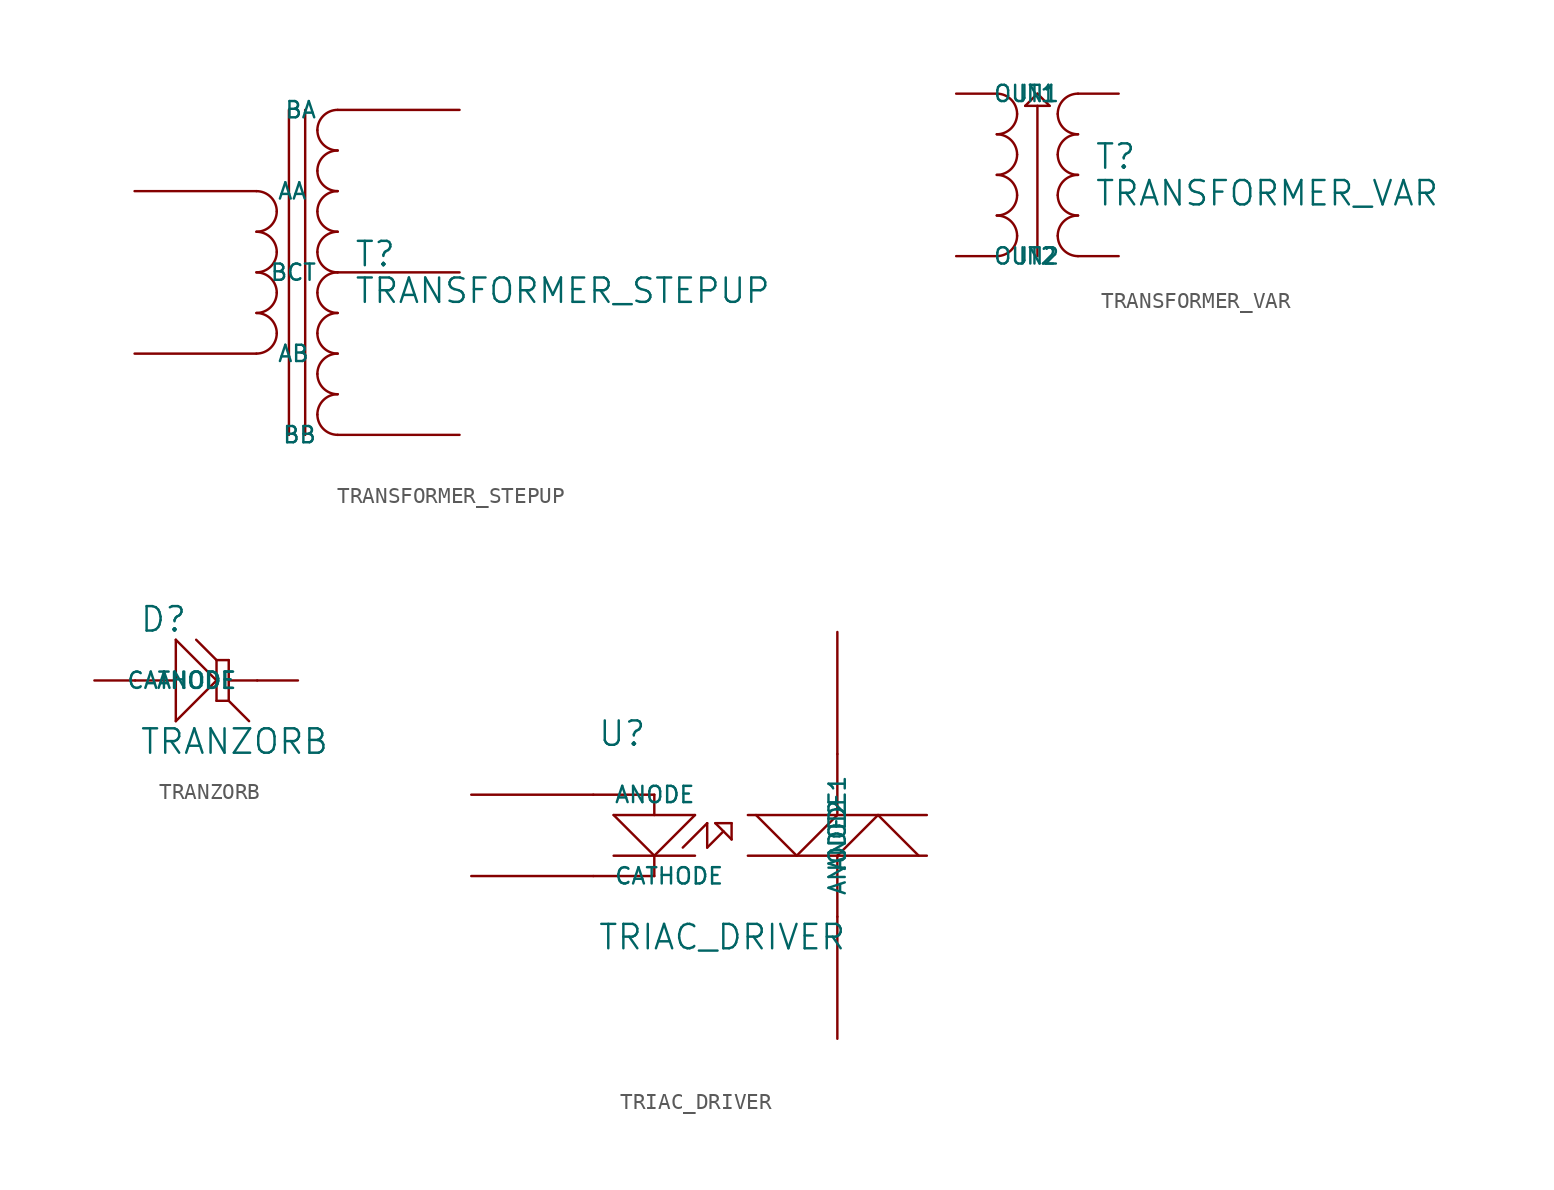
<source format=kicad_sym>
(kicad_symbol_lib
  (version 20231120)
  (generator "kicad_symbol_editor")
  (generator_version "8.0")
  (symbol "TRANSFORMER_STEPUP"
    (pin_names
      (offset 1.27))
    (property "Reference" "T"
      (at 6.096 -9.906 0)
      (effects (font (size 1.524 1.524)) (justify left bottom)))
    (property "Value" "TRANSFORMER_STEPUP"
      (at 6.096 -10.414 0)
      (effects (font (size 1.524 1.524)) (justify left top)))
    (symbol "TRANSFORMER_STEPUP_0_1"
      (arc (start 0 -15.24) (mid 0.898 -14.868) (end 1.27 -13.97) (stroke (width 0) (type solid)) (fill (type none)))
      (arc (start 0 -12.7) (mid 0.898 -12.328) (end 1.27 -11.43) (stroke (width 0) (type solid)) (fill (type none)))
      (arc (start 0 -10.16) (mid 0.898 -9.788) (end 1.27 -8.89) (stroke (width 0) (type solid)) (fill (type none)))
      (arc (start 0 -7.62) (mid 0.898 -7.248) (end 1.27 -6.35) (stroke (width 0) (type solid)) (fill (type none)))
      (polyline (pts (xy 2.032 -20.32) (xy 2.032 0)) (stroke (width 0) (type solid)) (fill (type none)))
      (polyline (pts (xy 3.048 0) (xy 3.048 -20.32)) (stroke (width 0) (type solid)) (fill (type none)))
      (arc (start 1.27 -13.97) (mid 0.898 -13.072) (end 0 -12.7) (stroke (width 0) (type solid)) (fill (type none)))
      (arc (start 1.27 -11.43) (mid 0.898 -10.532) (end 0 -10.16) (stroke (width 0) (type solid)) (fill (type none)))
      (arc (start 1.27 -8.89) (mid 0.898 -7.992) (end 0 -7.62) (stroke (width 0) (type solid)) (fill (type none)))
      (arc (start 1.27 -6.35) (mid 0.898 -5.452) (end 0 -5.08) (stroke (width 0) (type solid)) (fill (type none)))
      (arc (start 3.81 -19.05) (mid 4.182 -19.948) (end 5.08 -20.32) (stroke (width 0) (type solid)) (fill (type none)))
      (arc (start 3.81 -16.51) (mid 4.182 -17.408) (end 5.08 -17.78) (stroke (width 0) (type solid)) (fill (type none)))
      (arc (start 3.81 -13.97) (mid 4.182 -14.868) (end 5.08 -15.24) (stroke (width 0) (type solid)) (fill (type none)))
      (arc (start 3.81 -11.43) (mid 4.182 -12.328) (end 5.08 -12.7) (stroke (width 0) (type solid)) (fill (type none)))
      (arc (start 3.81 -8.89) (mid 4.182 -9.788) (end 5.08 -10.16) (stroke (width 0) (type solid)) (fill (type none)))
      (arc (start 3.81 -6.35) (mid 4.182 -7.248) (end 5.08 -7.62) (stroke (width 0) (type solid)) (fill (type none)))
      (arc (start 3.81 -3.81) (mid 4.182 -4.708) (end 5.08 -5.08) (stroke (width 0) (type solid)) (fill (type none)))
      (arc (start 3.81 -1.27) (mid 4.182 -2.168) (end 5.08 -2.54) (stroke (width 0) (type solid)) (fill (type none)))
      (arc (start 5.08 -17.78) (mid 4.182 -18.152) (end 3.81 -19.05) (stroke (width 0) (type solid)) (fill (type none)))
      (arc (start 5.08 -15.24) (mid 4.182 -15.612) (end 3.81 -16.51) (stroke (width 0) (type solid)) (fill (type none)))
      (arc (start 5.08 -12.7) (mid 4.182 -13.072) (end 3.81 -13.97) (stroke (width 0) (type solid)) (fill (type none)))
      (arc (start 5.08 -10.16) (mid 4.182 -10.532) (end 3.81 -11.43) (stroke (width 0) (type solid)) (fill (type none)))
      (arc (start 5.08 -7.62) (mid 4.182 -7.992) (end 3.81 -8.89) (stroke (width 0) (type solid)) (fill (type none)))
      (arc (start 5.08 -5.08) (mid 4.182 -5.452) (end 3.81 -6.35) (stroke (width 0) (type solid)) (fill (type none)))
      (arc (start 5.08 -2.54) (mid 4.182 -2.912) (end 3.81 -3.81) (stroke (width 0) (type solid)) (fill (type none)))
      (arc (start 5.08 0) (mid 4.182 -0.372) (end 3.81 -1.27) (stroke (width 0) (type solid)) (fill (type none))))
    (symbol "TRANSFORMER_STEPUP_1_1"
      (pin passive line (at -7.62 -5.08 0) (length 7.62) (name "AA" (effects (font (size 1.016 1.016)))) (number "~" (effects (font (size 1.27 1.27)))))
      (pin passive line (at -7.62 -15.24 0) (length 7.62) (name "AB" (effects (font (size 1.016 1.016)))) (number "~" (effects (font (size 1.27 1.27)))))
      (pin passive line (at 12.7 0 180) (length 7.62) (name "BA" (effects (font (size 1.016 1.016)))) (number "~" (effects (font (size 1.27 1.27)))))
      (pin passive line (at 12.7 -20.32 180) (length 7.62) (name "BB" (effects (font (size 1.016 1.016)))) (number "~" (effects (font (size 1.27 1.27)))))
      (pin passive line (at 12.7 -10.16 180) (length 7.62) (name "BCT" (effects (font (size 1.016 1.016)))) (number "~" (effects (font (size 1.27 1.27)))))))
  (symbol "TRANSFORMER_VAR"
    (pin_names
      (offset 1.27))
    (property "Reference" "T"
      (at 6.096 -4.826 0)
      (effects (font (size 1.524 1.524)) (justify left bottom)))
    (property "Value" "TRANSFORMER_VAR"
      (at 6.096 -5.334 0)
      (effects (font (size 1.524 1.524)) (justify left top)))
    (symbol "TRANSFORMER_VAR_0_1"
      (arc (start 0 -10.16) (mid 0.898 -9.788) (end 1.27 -8.89) (stroke (width 0) (type solid)) (fill (type none)))
      (arc (start 0 -7.62) (mid 0.898 -7.248) (end 1.27 -6.35) (stroke (width 0) (type solid)) (fill (type none)))
      (arc (start 0 -5.08) (mid 0.898 -4.708) (end 1.27 -3.81) (stroke (width 0) (type solid)) (fill (type none)))
      (arc (start 0 -2.54) (mid 0.898 -2.168) (end 1.27 -1.27) (stroke (width 0) (type solid)) (fill (type none)))
      (polyline (pts (xy 1.778 -0.762) (xy 3.302 -0.762)) (stroke (width 0) (type solid)) (fill (type none)))
      (polyline (pts (xy 2.54 -0.762) (xy 2.54 -10.16)) (stroke (width 0) (type solid)) (fill (type none)))
      (polyline (pts (xy 2.54 0) (xy 1.778 -0.762)) (stroke (width 0) (type solid)) (fill (type none)))
      (polyline (pts (xy 3.302 -0.762) (xy 2.54 0)) (stroke (width 0) (type solid)) (fill (type none)))
      (arc (start 1.27 -8.89) (mid 0.898 -7.992) (end 0 -7.62) (stroke (width 0) (type solid)) (fill (type none)))
      (arc (start 1.27 -6.35) (mid 0.898 -5.452) (end 0 -5.08) (stroke (width 0) (type solid)) (fill (type none)))
      (arc (start 1.27 -3.81) (mid 0.898 -2.912) (end 0 -2.54) (stroke (width 0) (type solid)) (fill (type none)))
      (arc (start 1.27 -1.27) (mid 0.898 -0.372) (end 0 0) (stroke (width 0) (type solid)) (fill (type none)))
      (arc (start 3.81 -8.89) (mid 4.182 -9.788) (end 5.08 -10.16) (stroke (width 0) (type solid)) (fill (type none)))
      (arc (start 3.81 -6.35) (mid 4.182 -7.248) (end 5.08 -7.62) (stroke (width 0) (type solid)) (fill (type none)))
      (arc (start 3.81 -3.81) (mid 4.182 -4.708) (end 5.08 -5.08) (stroke (width 0) (type solid)) (fill (type none)))
      (arc (start 3.81 -1.27) (mid 4.182 -2.168) (end 5.08 -2.54) (stroke (width 0) (type solid)) (fill (type none)))
      (arc (start 5.08 -7.62) (mid 4.182 -7.992) (end 3.81 -8.89) (stroke (width 0) (type solid)) (fill (type none)))
      (arc (start 5.08 -5.08) (mid 4.182 -5.452) (end 3.81 -6.35) (stroke (width 0) (type solid)) (fill (type none)))
      (arc (start 5.08 -2.54) (mid 4.182 -2.912) (end 3.81 -3.81) (stroke (width 0) (type solid)) (fill (type none)))
      (arc (start 5.08 0) (mid 4.182 -0.372) (end 3.81 -1.27) (stroke (width 0) (type solid)) (fill (type none))))
    (symbol "TRANSFORMER_VAR_1_1"
      (pin passive line (at -2.54 0 0) (length 2.54) (name "IN1" (effects (font (size 1.016 1.016)))) (number "~" (effects (font (size 1.27 1.27)))))
      (pin passive line (at -2.54 -10.16 0) (length 2.54) (name "IN2" (effects (font (size 1.016 1.016)))) (number "~" (effects (font (size 1.27 1.27)))))
      (pin passive line (at 7.62 0 180) (length 2.54) (name "OUT1" (effects (font (size 1.016 1.016)))) (number "~" (effects (font (size 1.27 1.27)))))
      (pin passive line (at 7.62 -10.16 180) (length 2.54) (name "OUT2" (effects (font (size 1.016 1.016)))) (number "~" (effects (font (size 1.27 1.27)))))))
  (symbol "TRANZORB"
    (pin_names
      (offset 1.27))
    (property "Reference" "D"
      (at 0.254 0.381 0)
      (effects (font (size 1.524 1.524)) (justify left bottom)))
    (property "Value" "TRANZORB"
      (at 0.254 -5.461 0)
      (effects (font (size 1.524 1.524)) (justify left top)))
    (symbol "TRANZORB_0_1"
      (polyline (pts (xy 0 -2.54) (xy 2.54 -2.54)) (stroke (width 0) (type solid)) (fill (type none)))
      (polyline (pts (xy 2.54 -5.08) (xy 5.08 -2.54)) (stroke (width 0) (type solid)) (fill (type none)))
      (polyline (pts (xy 2.54 0) (xy 2.54 -5.08)) (stroke (width 0) (type solid)) (fill (type none)))
      (polyline (pts (xy 3.81 0) (xy 5.08 -1.27)) (stroke (width 0) (type solid)) (fill (type none)))
      (polyline (pts (xy 5.08 -3.81) (xy 5.842 -3.81)) (stroke (width 0) (type solid)) (fill (type none)))
      (polyline (pts (xy 5.08 -2.54) (xy 2.54 0)) (stroke (width 0) (type solid)) (fill (type none)))
      (polyline (pts (xy 5.08 -1.27) (xy 5.08 -3.81)) (stroke (width 0) (type solid)) (fill (type none)))
      (polyline (pts (xy 5.842 -3.81) (xy 5.842 -1.27)) (stroke (width 0) (type solid)) (fill (type none)))
      (polyline (pts (xy 5.842 -3.81) (xy 7.112 -5.08)) (stroke (width 0) (type solid)) (fill (type none)))
      (polyline (pts (xy 5.842 -2.54) (xy 7.62 -2.54)) (stroke (width 0) (type solid)) (fill (type none)))
      (polyline (pts (xy 5.842 -1.27) (xy 5.08 -1.27)) (stroke (width 0) (type solid)) (fill (type none))))
    (symbol "TRANZORB_1_1"
      (pin passive line (at -2.54 -2.54 0) (length 2.54) (name "ANODE" (effects (font (size 1.016 1.016)))) (number "~" (effects (font (size 1.27 1.27)))))
      (pin passive line (at 10.16 -2.54 180) (length 2.54) (name "CATHODE" (effects (font (size 1.016 1.016)))) (number "~" (effects (font (size 1.27 1.27)))))))
  (symbol "TRIAC_DRIVER"
    (pin_names
      (offset 1.27))
    (property "Reference" "U"
      (at 0.254 0.381 0)
      (effects (font (size 1.524 1.524)) (justify left bottom)))
    (property "Value" "TRIAC_DRIVER"
      (at 0.254 -10.541 0)
      (effects (font (size 1.524 1.524)) (justify left top)))
    (symbol "TRIAC_DRIVER_0_1"
      (polyline (pts (xy 0 -2.54) (xy 3.81 -2.54)) (stroke (width 0) (type solid)) (fill (type none)))
      (polyline (pts (xy 1.27 -6.35) (xy 6.35 -6.35)) (stroke (width 0) (type solid)) (fill (type none)))
      (polyline (pts (xy 1.27 -3.81) (xy 6.35 -3.81)) (stroke (width 0) (type solid)) (fill (type none)))
      (polyline (pts (xy 3.81 -7.62) (xy 0 -7.62)) (stroke (width 0) (type solid)) (fill (type none)))
      (polyline (pts (xy 3.81 -6.35) (xy 1.27 -3.81)) (stroke (width 0) (type solid)) (fill (type none)))
      (polyline (pts (xy 3.81 -6.35) (xy 3.81 -7.62)) (stroke (width 0) (type solid)) (fill (type none)))
      (polyline (pts (xy 3.81 -2.54) (xy 3.81 -3.81)) (stroke (width 0) (type solid)) (fill (type none)))
      (polyline (pts (xy 5.588 -5.842) (xy 7.112 -4.318)) (stroke (width 0) (type solid)) (fill (type none)))
      (polyline (pts (xy 6.35 -3.81) (xy 3.81 -6.35)) (stroke (width 0) (type solid)) (fill (type none)))
      (polyline (pts (xy 7.112 -5.842) (xy 8.128 -4.826)) (stroke (width 0) (type solid)) (fill (type none)))
      (polyline (pts (xy 7.112 -4.318) (xy 7.112 -5.842)) (stroke (width 0) (type solid)) (fill (type none)))
      (polyline (pts (xy 7.62 -4.318) (xy 8.636 -4.318)) (stroke (width 0) (type solid)) (fill (type none)))
      (polyline (pts (xy 8.636 -5.334) (xy 7.62 -4.318)) (stroke (width 0) (type solid)) (fill (type none)))
      (polyline (pts (xy 8.636 -4.318) (xy 8.636 -5.334)) (stroke (width 0) (type solid)) (fill (type none)))
      (polyline (pts (xy 9.652 -3.81) (xy 20.828 -3.81)) (stroke (width 0) (type solid)) (fill (type none)))
      (polyline (pts (xy 12.7 -6.35) (xy 10.16 -3.81)) (stroke (width 0) (type solid)) (fill (type none)))
      (polyline (pts (xy 15.24 -6.35) (xy 15.24 -10.16)) (stroke (width 0) (type solid)) (fill (type none)))
      (polyline (pts (xy 15.24 -6.35) (xy 17.78 -3.81)) (stroke (width 0) (type solid)) (fill (type none)))
      (polyline (pts (xy 15.24 -3.81) (xy 12.7 -6.35)) (stroke (width 0) (type solid)) (fill (type none)))
      (polyline (pts (xy 15.24 0) (xy 15.24 -3.81)) (stroke (width 0) (type solid)) (fill (type none)))
      (polyline (pts (xy 17.78 -3.81) (xy 20.32 -6.35)) (stroke (width 0) (type solid)) (fill (type none)))
      (polyline (pts (xy 20.828 -6.35) (xy 9.652 -6.35)) (stroke (width 0) (type solid)) (fill (type none))))
    (symbol "TRIAC_DRIVER_1_1"
      (pin passive line (at -7.62 -2.54 0) (length 7.62) (name "ANODE" (effects (font (size 1.016 1.016)))) (number "~" (effects (font (size 1.27 1.27)))))
      (pin passive line (at 15.24 7.62 270) (length 7.62) (name "ANODE1" (effects (font (size 1.016 1.016)))) (number "~" (effects (font (size 1.27 1.27)))))
      (pin passive line (at 15.24 -17.78 90) (length 7.62) (name "ANODE2" (effects (font (size 1.016 1.016)))) (number "~" (effects (font (size 1.27 1.27)))))
      (pin passive line (at -7.62 -7.62 0) (length 7.62) (name "CATHODE" (effects (font (size 1.016 1.016)))) (number "~" (effects (font (size 1.27 1.27))))))))
</source>
